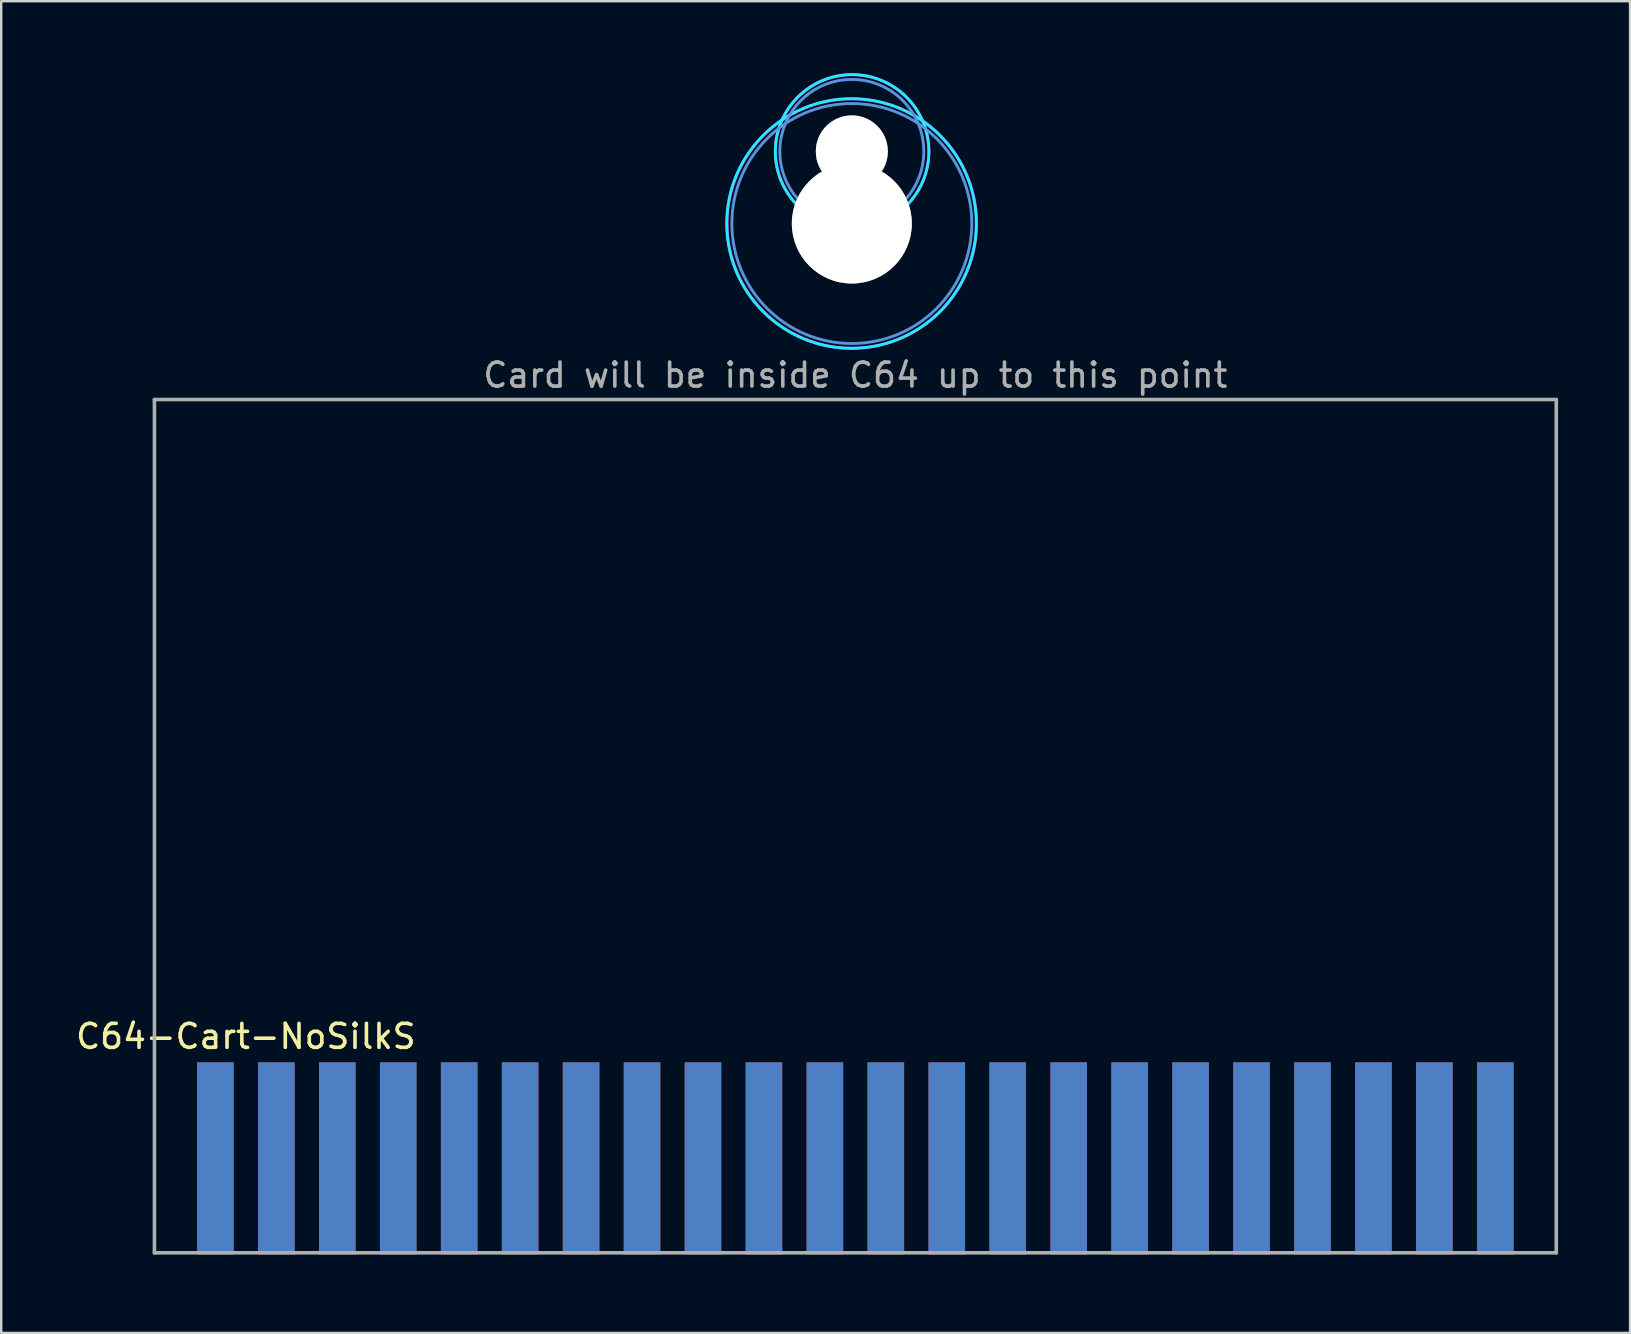
<source format=kicad_pcb>
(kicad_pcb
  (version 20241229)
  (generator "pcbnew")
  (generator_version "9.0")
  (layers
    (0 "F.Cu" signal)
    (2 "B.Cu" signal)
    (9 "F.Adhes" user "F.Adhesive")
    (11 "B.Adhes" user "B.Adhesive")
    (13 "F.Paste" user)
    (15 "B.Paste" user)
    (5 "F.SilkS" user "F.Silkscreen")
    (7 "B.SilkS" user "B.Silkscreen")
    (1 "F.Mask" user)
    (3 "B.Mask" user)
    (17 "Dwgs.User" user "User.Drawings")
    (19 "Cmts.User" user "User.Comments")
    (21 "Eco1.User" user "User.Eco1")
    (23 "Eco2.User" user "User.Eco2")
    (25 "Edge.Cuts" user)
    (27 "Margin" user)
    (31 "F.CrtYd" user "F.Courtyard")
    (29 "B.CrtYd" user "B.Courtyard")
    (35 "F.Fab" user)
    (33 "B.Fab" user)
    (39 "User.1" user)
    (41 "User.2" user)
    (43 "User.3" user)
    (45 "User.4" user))
  (footprint "C64-Cart-NoSilkS"
    (layer "F.Cu")
    (at 3.386 49.16)
    (property "Reference" "C64-Cart-NoSilkS" (at 3.81 -9.018 0) (layer "F.SilkS") (effects (font (size 1 1) (thickness 0.15))))
    (attr through_hole)
    (fp_circle (center 29.063 -45.9) (end 32.063 -45.9) (stroke (width 0.12) (type solid)) (fill no) (layer "Cmts.User"))
    (fp_circle (center 29.063 -42.895) (end 34.063 -42.895) (stroke (width 0.12) (type solid)) (fill no) (layer "Cmts.User"))
    (fp_circle (center 29.05 -42.895) (end 34.25 -42.895) (stroke (width 0.12) (type solid)) (fill no) (layer "B.CrtYd"))
    (fp_circle (center 29.075 -45.9) (end 32.275 -45.9) (stroke (width 0.12) (type solid)) (fill no) (layer "B.CrtYd"))
    (fp_circle (center 29.063 -42.895) (end 34.263 -42.895) (stroke (width 0.12) (type solid)) (fill no) (layer "F.CrtYd"))
    (fp_circle (center 29.075 -45.9) (end 32.275 -45.9) (stroke (width 0.12) (type solid)) (fill no) (layer "F.CrtYd"))
    (fp_line (start 0 -35.56) (end 0 0) (stroke (width 0.15) (type solid)) (layer "F.Fab"))
    (fp_line (start 0 0) (end 58.42 0) (stroke (width 0.15) (type solid)) (layer "F.Fab"))
    (fp_line (start 58.42 -35.56) (end 0 -35.56) (stroke (width 0.15) (type solid)) (layer "F.Fab"))
    (fp_line (start 58.42 0) (end 58.42 -35.56) (stroke (width 0.15) (type solid)) (layer "F.Fab"))
    (fp_text user "Card will be inside C64 up to this point" (at 29.21 -36.576 0) (layer "F.Fab") (effects (font (size 1 1) (thickness 0.15))))
    (pad "" smd rect (at 29.21 -3.81 180) (size 58.42 8.3) (layers "F.Mask"))
    (pad "" smd rect (at 29.21 -3.81 180) (size 58.42 8.3) (layers "B.Mask"))
    (pad "0" thru_hole circle (at 29.063 -45.9) (size 3 3) (drill 3) (layers "*.Cu" "*.Mask"))
    (pad "0" thru_hole circle (at 29.063 -42.895) (size 5 5) (drill 5) (layers "*.Cu" "*.Mask"))
    (pad "1" smd rect (at 2.54 -3.938 180) (size 1.524 8) (layers "F.Cu" "F.Mask" "F.Paste"))
    (pad "2" smd rect (at 5.08 -3.938 180) (size 1.524 8) (layers "F.Cu" "F.Mask" "F.Paste"))
    (pad "3" smd rect (at 7.62 -3.938 180) (size 1.524 8) (layers "F.Cu" "F.Mask" "F.Paste"))
    (pad "4" smd rect (at 10.16 -3.938 180) (size 1.524 8) (layers "F.Cu" "F.Mask" "F.Paste"))
    (pad "5" smd rect (at 12.7 -3.938 180) (size 1.524 8) (layers "F.Cu" "F.Mask" "F.Paste"))
    (pad "6" smd rect (at 15.24 -3.938 180) (size 1.524 8) (layers "F.Cu" "F.Mask" "F.Paste"))
    (pad "7" smd rect (at 17.78 -3.938 180) (size 1.524 8) (layers "F.Cu" "F.Mask" "F.Paste"))
    (pad "8" smd rect (at 20.32 -3.938 180) (size 1.524 8) (layers "F.Cu" "F.Mask" "F.Paste"))
    (pad "9" smd rect (at 22.86 -3.938 180) (size 1.524 8) (layers "F.Cu" "F.Mask" "F.Paste"))
    (pad "10" smd rect (at 25.4 -3.938 180) (size 1.524 8) (layers "F.Cu" "F.Mask" "F.Paste"))
    (pad "11" smd rect (at 27.94 -3.938 180) (size 1.524 8) (layers "F.Cu" "F.Mask" "F.Paste"))
    (pad "12" smd rect (at 30.48 -3.938 180) (size 1.524 8) (layers "F.Cu" "F.Mask" "F.Paste"))
    (pad "13" smd rect (at 33.02 -3.938 180) (size 1.524 8) (layers "F.Cu" "F.Mask" "F.Paste"))
    (pad "14" smd rect (at 35.56 -3.938 180) (size 1.524 8) (layers "F.Cu" "F.Mask" "F.Paste"))
    (pad "15" smd rect (at 38.1 -3.938 180) (size 1.524 8) (layers "F.Cu" "F.Mask" "F.Paste"))
    (pad "16" smd rect (at 40.64 -3.938 180) (size 1.524 8) (layers "F.Cu" "F.Mask" "F.Paste"))
    (pad "17" smd rect (at 43.18 -3.938 180) (size 1.524 8) (layers "F.Cu" "F.Mask" "F.Paste"))
    (pad "18" smd rect (at 45.72 -3.938 180) (size 1.524 8) (layers "F.Cu" "F.Mask" "F.Paste"))
    (pad "19" smd rect (at 48.26 -3.938 180) (size 1.524 8) (layers "F.Cu" "F.Mask" "F.Paste"))
    (pad "20" smd rect (at 50.8 -3.938 180) (size 1.524 8) (layers "F.Cu" "F.Mask" "F.Paste"))
    (pad "21" smd rect (at 53.34 -3.938 180) (size 1.524 8) (layers "F.Cu" "F.Mask" "F.Paste"))
    (pad "22" smd rect (at 55.88 -3.938 180) (size 1.524 8) (layers "F.Cu" "F.Mask" "F.Paste"))
    (pad "A" smd rect (at 2.54 -3.938) (size 1.524 8) (layers "B.Cu" "B.Mask" "B.Paste"))
    (pad "B" smd rect (at 5.08 -3.938) (size 1.524 8) (layers "B.Cu" "B.Mask" "B.Paste"))
    (pad "C" smd rect (at 7.62 -3.938) (size 1.524 8) (layers "B.Cu" "B.Mask" "B.Paste"))
    (pad "D" smd rect (at 10.16 -3.938) (size 1.524 8) (layers "B.Cu" "B.Mask" "B.Paste"))
    (pad "E" smd rect (at 12.7 -3.938) (size 1.524 8) (layers "B.Cu" "B.Mask" "B.Paste"))
    (pad "F" smd rect (at 15.24 -3.938) (size 1.524 8) (layers "B.Cu" "B.Mask" "B.Paste"))
    (pad "H" smd rect (at 17.78 -3.938) (size 1.524 8) (layers "B.Cu" "B.Mask" "B.Paste"))
    (pad "J" smd rect (at 20.32 -3.938) (size 1.524 8) (layers "B.Cu" "B.Mask" "B.Paste"))
    (pad "K" smd rect (at 22.86 -3.938) (size 1.524 8) (layers "B.Cu" "B.Mask" "B.Paste"))
    (pad "L" smd rect (at 25.4 -3.938) (size 1.524 8) (layers "B.Cu" "B.Mask" "B.Paste"))
    (pad "M" smd rect (at 27.94 -3.938) (size 1.524 8) (layers "B.Cu" "B.Mask" "B.Paste"))
    (pad "N" smd rect (at 30.48 -3.938) (size 1.524 8) (layers "B.Cu" "B.Mask" "B.Paste"))
    (pad "P" smd rect (at 33.02 -3.938) (size 1.524 8) (layers "B.Cu" "B.Mask" "B.Paste"))
    (pad "R" smd rect (at 35.56 -3.938) (size 1.524 8) (layers "B.Cu" "B.Mask" "B.Paste"))
    (pad "S" smd rect (at 38.1 -3.938) (size 1.524 8) (layers "B.Cu" "B.Mask" "B.Paste"))
    (pad "T" smd rect (at 40.64 -3.938) (size 1.524 8) (layers "B.Cu" "B.Mask" "B.Paste"))
    (pad "U" smd rect (at 43.18 -3.938) (size 1.524 8) (layers "B.Cu" "B.Mask" "B.Paste"))
    (pad "V" smd rect (at 45.72 -3.938) (size 1.524 8) (layers "B.Cu" "B.Mask" "B.Paste"))
    (pad "W" smd rect (at 48.26 -3.938) (size 1.524 8) (layers "B.Cu" "B.Mask" "B.Paste"))
    (pad "X" smd rect (at 50.8 -3.938) (size 1.524 8) (layers "B.Cu" "B.Mask" "B.Paste"))
    (pad "Y" smd rect (at 53.34 -3.938) (size 1.524 8) (layers "B.Cu" "B.Mask" "B.Paste"))
    (pad "Z" smd rect (at 55.88 -3.938) (size 1.524 8) (layers "B.Cu" "B.Mask" "B.Paste")))
  (gr_rect
    (start -3 -3)
    (end 64.881 52.5)
    (stroke (width 0.1) (type default))
    (fill no)
    (layer "Edge.Cuts")))
</source>
